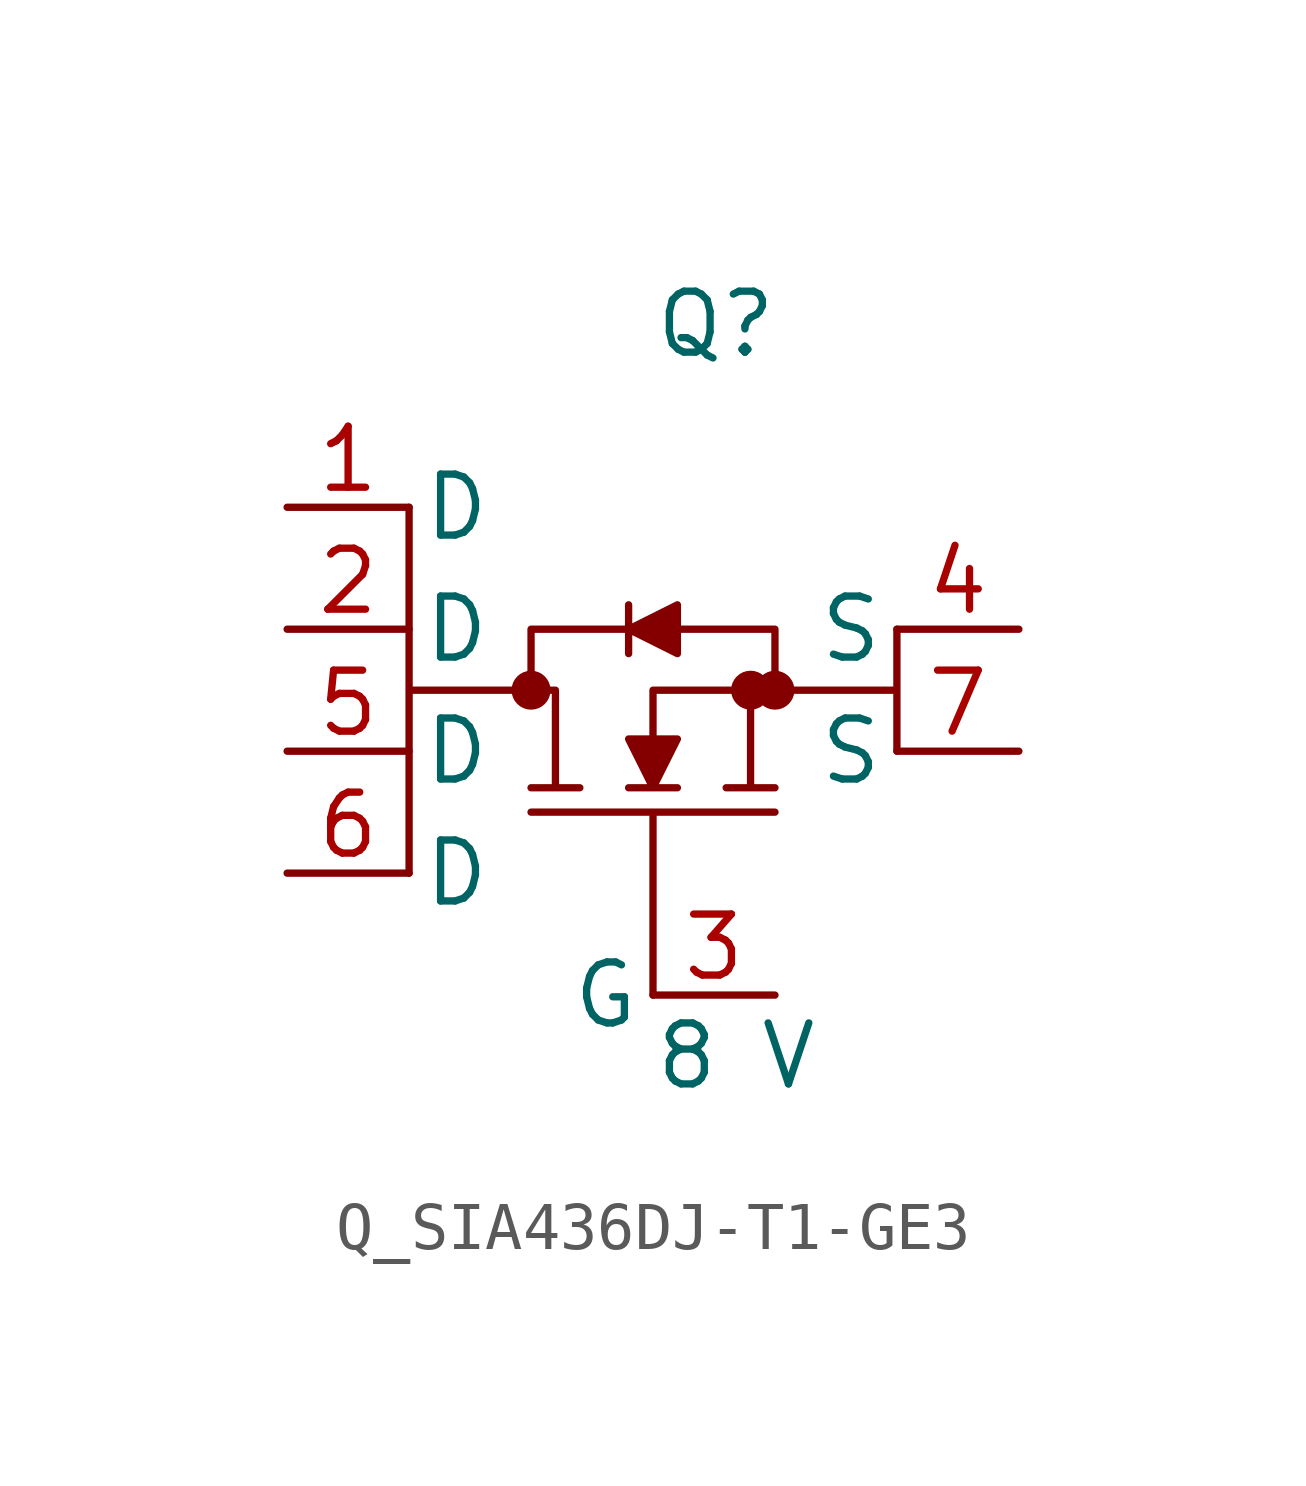
<source format=kicad_sym>
(kicad_symbol_lib
  (version 20231120)
  (generator kicad_symbol_editor)
  (generator_version 8.0)
  (symbol "Q_SIA436DJ-T1-GE3"
    (pin_names
      (offset 0.254))
    (property "Reference" "Q"
      (at 0 7.62 0)
      (effects (font (size 1.27 1.27)) (justify left)))
    (property "Value" "8 V"
      (at 0 -7.62 0)
      (effects (font (size 1.27 1.27)) (justify left)))
    (symbol "Q_SIA436DJ-T1-GE3_1_0"
      (polyline (pts (xy 0 -6.35) (xy 0 -2.54) (xy -2.54 -2.54) (xy 2.54 -2.54) (xy 0 -2.54) (xy 0 -6.35)) (stroke (width 0) (type default)) (fill (type none)))
      (polyline (pts (xy 5.08 1.27) (xy 5.08 0) (xy 2.54 0) (xy 2.54 1.27) (xy 0.508 1.27) (xy 0.508 1.778) (xy -0.508 1.27) (xy -0.508 1.778) (xy -0.508 1.27) (xy -2.54 1.27) (xy -2.54 0) (xy -5.08 0) (xy -5.08 -3.81) (xy -5.08 3.81) (xy -5.08 0) (xy -2.032 0) (xy -2.032 -2.032) (xy -2.54 -2.032) (xy -1.524 -2.032) (xy -2.032 -2.032) (xy -2.032 0) (xy -2.54 0) (xy -2.54 1.27) (xy -0.508 1.27) (xy -0.508 0.762) (xy -0.508 1.27) (xy 0.508 0.762) (xy 0.508 1.27) (xy 2.54 1.27) (xy 2.54 0) (xy 0 0) (xy 0 -1.016) (xy -0.508 -1.016) (xy 0 -2.032) (xy -0.508 -2.032) (xy 0.508 -2.032) (xy 0 -2.032) (xy 0.508 -1.016) (xy 0 -1.016) (xy 0 0) (xy 2.032 0) (xy 2.032 -2.032) (xy 1.524 -2.032) (xy 2.54 -2.032) (xy 2.032 -2.032) (xy 2.032 0) (xy 5.08 0) (xy 5.08 -1.27)) (stroke (width 0) (type default)) (fill (type outline)))
      (circle (center -2.54 0.0) (radius 0.025) (stroke (width 0.381) (type default)) (fill (type none)))
      (circle (center 2.032 0.0) (radius 0.025) (stroke (width 0.381) (type default)) (fill (type none)))
      (circle (center 2.54 0.0) (radius 0.025) (stroke (width 0.381) (type default)) (fill (type none)))
      (pin passive line (at -7.62 3.81 0) (length 2.54) (name "D" (effects (font (size 1.27 1.27)))) (number "1" (effects (font (size 1.27 1.27)))))
      (pin passive line (at -7.62 1.27 0) (length 2.54) (name "D" (effects (font (size 1.27 1.27)))) (number "2" (effects (font (size 1.27 1.27)))))
      (pin passive line (at -7.62 -1.27 0) (length 2.54) (name "D" (effects (font (size 1.27 1.27)))) (number "5" (effects (font (size 1.27 1.27)))))
      (pin passive line (at -7.62 -3.81 0) (length 2.54) (name "D" (effects (font (size 1.27 1.27)))) (number "6" (effects (font (size 1.27 1.27)))))
      (pin passive line (at 2.54 -6.35 180) (length 2.54) (name "G" (effects (font (size 1.27 1.27)))) (number "3" (effects (font (size 1.27 1.27)))))
      (pin passive line (at 7.62 1.27 180) (length 2.54) (name "S" (effects (font (size 1.27 1.27)))) (number "4" (effects (font (size 1.27 1.27)))))
      (pin passive line (at 7.62 -1.27 180) (length 2.54) (name "S" (effects (font (size 1.27 1.27)))) (number "7" (effects (font (size 1.27 1.27))))))))
</source>
